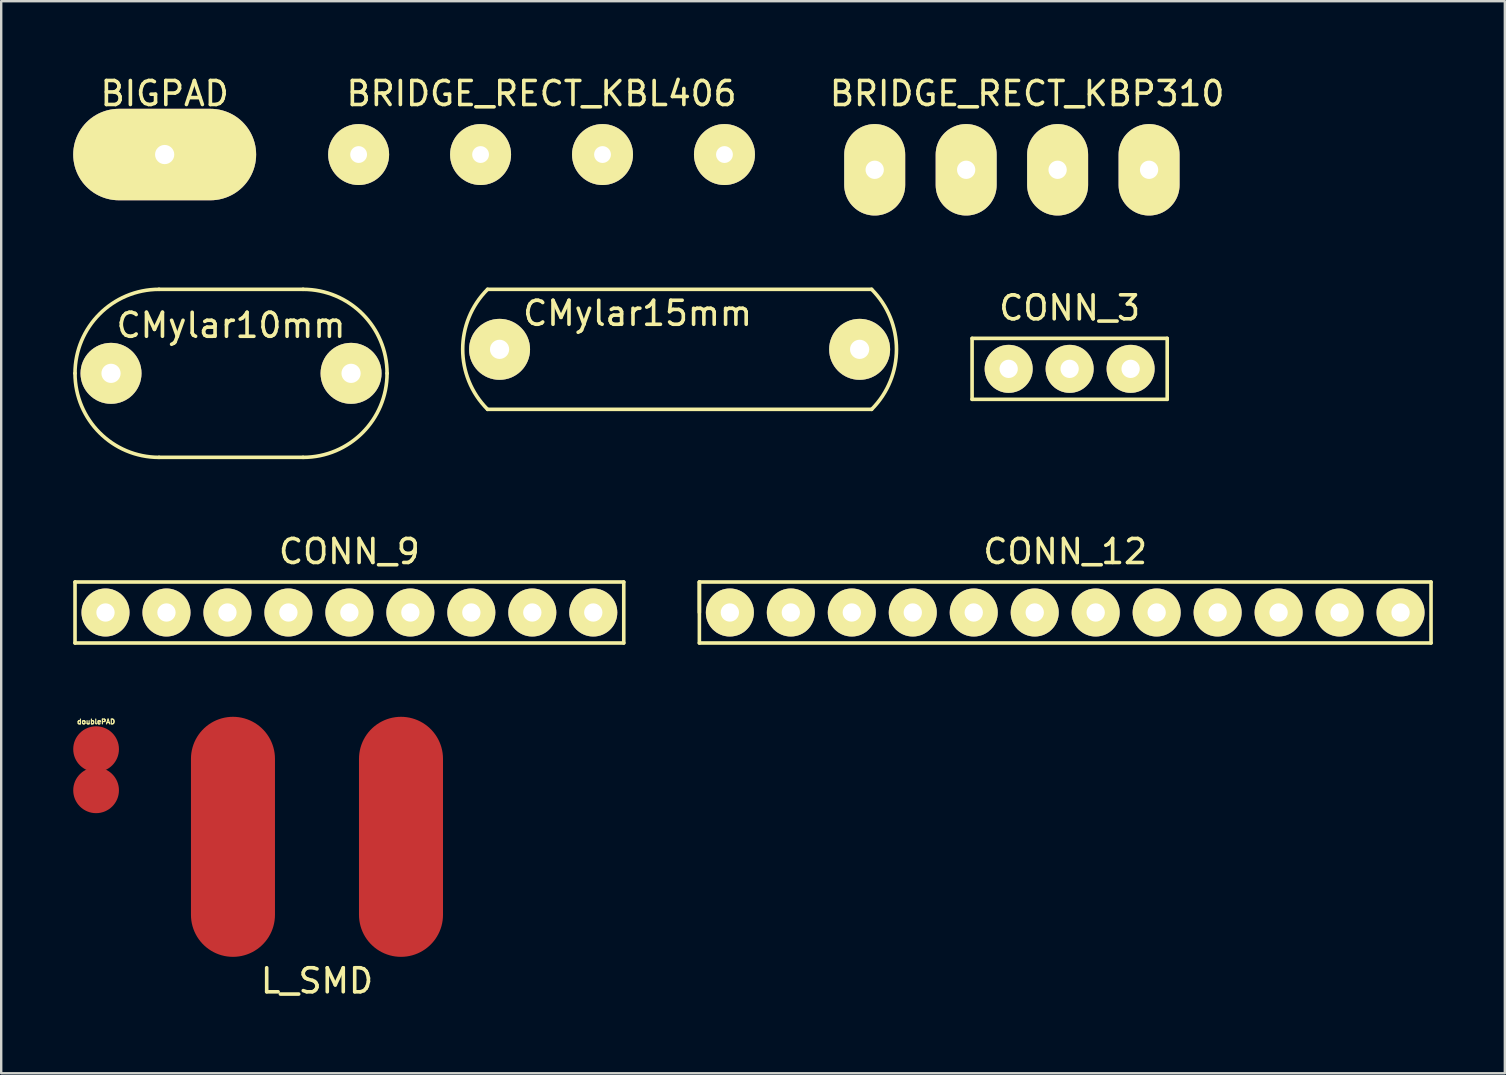
<source format=kicad_pcb>
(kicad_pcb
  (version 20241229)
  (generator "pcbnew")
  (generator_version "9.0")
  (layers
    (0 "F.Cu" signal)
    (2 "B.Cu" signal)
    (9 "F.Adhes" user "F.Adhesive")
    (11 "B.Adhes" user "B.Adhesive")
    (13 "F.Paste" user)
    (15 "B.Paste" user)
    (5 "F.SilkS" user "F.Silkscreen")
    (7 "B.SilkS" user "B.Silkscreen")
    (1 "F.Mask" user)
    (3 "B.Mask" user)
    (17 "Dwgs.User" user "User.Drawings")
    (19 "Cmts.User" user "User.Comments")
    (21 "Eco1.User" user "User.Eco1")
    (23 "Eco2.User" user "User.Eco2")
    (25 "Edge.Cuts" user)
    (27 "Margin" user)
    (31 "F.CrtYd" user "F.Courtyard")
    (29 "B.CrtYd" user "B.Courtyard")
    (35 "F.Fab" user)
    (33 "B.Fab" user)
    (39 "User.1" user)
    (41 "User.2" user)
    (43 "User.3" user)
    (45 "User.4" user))
  (footprint "CONN_12"
    (layer "F.Cu")
    (at 41.325 22.466)
    (property "Reference" "CONN_12" (at 0 -2.54 0) (layer "F.SilkS") (effects (font (size 1 1) (thickness 0.15))))
    (attr through_hole)
    (fp_line (start -15.24 -1.27) (end -15.24 0) (stroke (width 0.15) (type solid)) (layer "F.SilkS"))
    (fp_line (start -15.24 -1.27) (end 15.24 -1.27) (stroke (width 0.15) (type solid)) (layer "F.SilkS"))
    (fp_line (start -15.24 1.27) (end -15.24 -1.27) (stroke (width 0.15) (type solid)) (layer "F.SilkS"))
    (fp_line (start 15.24 -1.27) (end 15.24 1.27) (stroke (width 0.15) (type solid)) (layer "F.SilkS"))
    (fp_line (start 15.24 1.27) (end -15.24 1.27) (stroke (width 0.15) (type solid)) (layer "F.SilkS"))
    (pad "1" thru_hole circle (at -13.97 0) (size 2 2) (drill 0.762) (layers "*.Cu" "*.Mask" "F.SilkS"))
    (pad "2" thru_hole circle (at -11.43 0) (size 2 2) (drill 0.762) (layers "*.Cu" "*.Mask" "F.SilkS"))
    (pad "3" thru_hole circle (at -8.89 0) (size 2 2) (drill 0.762) (layers "*.Cu" "*.Mask" "F.SilkS"))
    (pad "4" thru_hole circle (at -6.35 0) (size 2 2) (drill 0.762) (layers "*.Cu" "*.Mask" "F.SilkS"))
    (pad "5" thru_hole circle (at -3.81 0) (size 2 2) (drill 0.762) (layers "*.Cu" "*.Mask" "F.SilkS"))
    (pad "6" thru_hole circle (at -1.27 0) (size 2 2) (drill 0.762) (layers "*.Cu" "*.Mask" "F.SilkS"))
    (pad "7" thru_hole circle (at 1.27 0) (size 2 2) (drill 0.762) (layers "*.Cu" "*.Mask" "F.SilkS"))
    (pad "8" thru_hole circle (at 3.81 0) (size 2 2) (drill 0.762) (layers "*.Cu" "*.Mask" "F.SilkS"))
    (pad "9" thru_hole circle (at 6.35 0) (size 2 2) (drill 0.762) (layers "*.Cu" "*.Mask" "F.SilkS"))
    (pad "10" thru_hole circle (at 8.89 0) (size 2 2) (drill 0.762) (layers "*.Cu" "*.Mask" "F.SilkS"))
    (pad "11" thru_hole circle (at 11.43 0) (size 2 2) (drill 0.762) (layers "*.Cu" "*.Mask" "F.SilkS"))
    (pad "12" thru_hole circle (at 13.97 0) (size 2 2) (drill 0.762) (layers "*.Cu" "*.Mask" "F.SilkS")))
  (footprint "BIGPAD"
    (layer "F.Cu")
    (at 3.81 3.388)
    (property "Reference" "BIGPAD" (at 0 -2.54 0) (layer "F.SilkS") (effects (font (size 1 1) (thickness 0.15))))
    (attr through_hole)
    (pad "1" thru_hole oval (at 0 0) (size 7.62 3.81) (drill 0.8) (layers "*.Cu" "*.Mask" "F.SilkS")))
  (footprint "CMylar15mm"
    (layer "F.Cu")
    (at 25.261 11.503)
    (property "Reference" "CMylar15mm" (at -1.75 -1.5 0) (layer "F.SilkS") (effects (font (size 1 1) (thickness 0.15))))
    (attr through_hole)
    (fp_line (start -8 -2.5) (end 8 -2.5) (stroke (width 0.15) (type solid)) (layer "F.SilkS"))
    (fp_line (start -8 2.5) (end 8 2.5) (stroke (width 0.15) (type solid)) (layer "F.SilkS"))
    (fp_arc (start -8 2.5) (mid -9.035534 0) (end -8 -2.5) (stroke (width 0.15) (type solid)) (layer "F.SilkS"))
    (fp_arc (start 8 -2.5) (mid 9.035534 0) (end 8 2.5) (stroke (width 0.15) (type solid)) (layer "F.SilkS"))
    (pad "1" thru_hole circle (at -7.5 0) (size 2.54 2.54) (drill 0.8) (layers "*.Cu" "*.Mask" "F.SilkS"))
    (pad "2" thru_hole circle (at 7.5 0) (size 2.54 2.54) (drill 0.8) (layers "*.Cu" "*.Mask" "F.SilkS")))
  (footprint "CONN_9"
    (layer "F.Cu")
    (at 11.505 22.466)
    (property "Reference" "CONN_9" (at 0 -2.54 0) (layer "F.SilkS") (effects (font (size 1 1) (thickness 0.15))))
    (attr through_hole)
    (fp_line (start -11.43 -1.27) (end 11.43 -1.27) (stroke (width 0.15) (type solid)) (layer "F.SilkS"))
    (fp_line (start -11.43 1.27) (end -11.43 -1.27) (stroke (width 0.15) (type solid)) (layer "F.SilkS"))
    (fp_line (start 11.43 -1.27) (end 11.43 1.27) (stroke (width 0.15) (type solid)) (layer "F.SilkS"))
    (fp_line (start 11.43 1.27) (end -11.43 1.27) (stroke (width 0.15) (type solid)) (layer "F.SilkS"))
    (pad "1" thru_hole circle (at -10.16 0) (size 2 2) (drill 0.762) (layers "*.Cu" "*.Mask" "F.SilkS"))
    (pad "2" thru_hole circle (at -7.62 0) (size 2 2) (drill 0.762) (layers "*.Cu" "*.Mask" "F.SilkS"))
    (pad "3" thru_hole circle (at -5.08 0) (size 2 2) (drill 0.762) (layers "*.Cu" "*.Mask" "F.SilkS"))
    (pad "4" thru_hole circle (at -2.54 0) (size 2 2) (drill 0.762) (layers "*.Cu" "*.Mask" "F.SilkS"))
    (pad "5" thru_hole circle (at 0 0) (size 2 2) (drill 0.762) (layers "*.Cu" "*.Mask" "F.SilkS"))
    (pad "6" thru_hole circle (at 2.54 0) (size 2 2) (drill 0.762) (layers "*.Cu" "*.Mask" "F.SilkS"))
    (pad "7" thru_hole circle (at 5.08 0) (size 2 2) (drill 0.762) (layers "*.Cu" "*.Mask" "F.SilkS"))
    (pad "8" thru_hole circle (at 7.62 0) (size 2 2) (drill 0.762) (layers "*.Cu" "*.Mask" "F.SilkS"))
    (pad "9" thru_hole circle (at 10.16 0) (size 2 2) (drill 0.762) (layers "*.Cu" "*.Mask" "F.SilkS")))
  (footprint "CMylar10mm"
    (layer "F.Cu")
    (at 6.575 12.503)
    (property "Reference" "CMylar10mm" (at 0 -2 0) (layer "F.SilkS") (effects (font (size 1 1) (thickness 0.15))))
    (attr through_hole)
    (fp_line (start -3 -3.5) (end 3 -3.5) (stroke (width 0.15) (type solid)) (layer "F.SilkS"))
    (fp_line (start 3 3.5) (end -3 3.5) (stroke (width 0.15) (type solid)) (layer "F.SilkS"))
    (fp_arc (start -6.5 0) (mid -5.474874 -2.474874) (end -3 -3.5) (stroke (width 0.15) (type solid)) (layer "F.SilkS"))
    (fp_arc (start -3 3.5) (mid -5.474874 2.474874) (end -6.5 0) (stroke (width 0.15) (type solid)) (layer "F.SilkS"))
    (fp_arc (start 3 -3.5) (mid 5.474874 -2.474874) (end 6.5 0) (stroke (width 0.15) (type solid)) (layer "F.SilkS"))
    (fp_arc (start 6.5 0) (mid 5.474874 2.474874) (end 3 3.5) (stroke (width 0.15) (type solid)) (layer "F.SilkS"))
    (pad "1" thru_hole circle (at -5 0) (size 2.54 2.54) (drill 0.8) (layers "*.Cu" "*.Mask" "F.SilkS"))
    (pad "2" thru_hole circle (at 5 0) (size 2.54 2.54) (drill 0.8) (layers "*.Cu" "*.Mask" "F.SilkS")))
  (footprint "BRIDGE_RECT_KBL406"
    (layer "F.Cu")
    (at 19.51 3.388)
    (property "Reference" "BRIDGE_RECT_KBL406" (at 0 -2.54 0) (layer "F.SilkS") (effects (font (size 1 1) (thickness 0.15))))
    (attr through_hole)
    (pad "1" thru_hole circle (at -7.62 0) (size 2.54 2.54) (drill 0.7) (layers "*.Cu" "*.Mask" "F.SilkS"))
    (pad "2" thru_hole circle (at -2.54 0) (size 2.54 2.54) (drill 0.7) (layers "*.Cu" "*.Mask" "F.SilkS"))
    (pad "3" thru_hole circle (at 2.54 0) (size 2.54 2.54) (drill 0.7) (layers "*.Cu" "*.Mask" "F.SilkS"))
    (pad "4" thru_hole circle (at 7.62 0) (size 2.54 2.54) (drill 0.7) (layers "*.Cu" "*.Mask" "F.SilkS")))
  (footprint "CONN_3"
    (layer "F.Cu")
    (at 41.51 12.316)
    (property "Reference" "CONN_3" (at 0 -2.54 0) (layer "F.SilkS") (effects (font (size 1 1) (thickness 0.15))))
    (attr through_hole)
    (fp_line (start -4.064 -1.27) (end 4.064 -1.27) (stroke (width 0.15) (type solid)) (layer "F.SilkS"))
    (fp_line (start -4.064 1.27) (end -4.064 -1.27) (stroke (width 0.15) (type solid)) (layer "F.SilkS"))
    (fp_line (start -4.064 1.27) (end 4.064 1.27) (stroke (width 0.15) (type solid)) (layer "F.SilkS"))
    (fp_line (start 4.064 -1.27) (end 4.064 1.27) (stroke (width 0.15) (type solid)) (layer "F.SilkS"))
    (pad "1" thru_hole circle (at -2.54 0) (size 2 2) (drill 0.762) (layers "*.Cu" "*.Mask" "F.SilkS"))
    (pad "2" thru_hole circle (at 0 0) (size 2 2) (drill 0.762) (layers "*.Cu" "*.Mask" "F.SilkS"))
    (pad "3" thru_hole circle (at 2.54 0) (size 2 2) (drill 0.762) (layers "*.Cu" "*.Mask" "F.SilkS")))
  (footprint "L_SMD"
    (layer "F.Cu")
    (at 10.155 31.811)
    (property "Reference" "L_SMD" (at 0 6 0) (layer "F.SilkS") (effects (font (size 1 1) (thickness 0.15))))
    (attr through_hole)
    (pad "1" smd oval (at -3.5 0) (size 3.5 10) (layers "F.Cu" "F.Mask" "F.Paste"))
    (pad "2" smd oval (at 3.5 0) (size 3.5 10) (layers "F.Cu" "F.Mask" "F.Paste")))
  (footprint "doublePAD"
    (layer "F.Cu")
    (at 0.953 28.159)
    (property "Reference" "doublePAD" (at 0 -1.143 0) (layer "F.SilkS") (effects (font (size 0.2 0.2) (thickness 0.05))))
    (attr through_hole)
    (pad "1" smd oval (at 0 0) (size 1.905 1.905) (layers "F.Cu" "F.Mask" "F.Paste"))
    (pad "2" smd oval (at 0 1.714) (size 1.905 1.905) (layers "F.Cu" "F.Mask" "F.Paste")))
  (footprint "BRIDGE_RECT_KBP310"
    (layer "F.Cu")
    (at 39.104 4.023)
    (property "Reference" "BRIDGE_RECT_KBP310" (at 0.635 -3.175 0) (layer "F.SilkS") (effects (font (size 1 1) (thickness 0.15))))
    (attr through_hole)
    (pad "1" thru_hole oval (at -5.715 0) (size 2.54 3.81) (drill 0.762) (layers "*.Cu" "*.Mask" "F.SilkS"))
    (pad "2" thru_hole oval (at -1.905 0) (size 2.54 3.81) (drill 0.762) (layers "*.Cu" "*.Mask" "F.SilkS"))
    (pad "3" thru_hole oval (at 1.905 0) (size 2.54 3.81) (drill 0.762) (layers "*.Cu" "*.Mask" "F.SilkS"))
    (pad "4" thru_hole oval (at 5.715 0) (size 2.54 3.81) (drill 0.762) (layers "*.Cu" "*.Mask" "F.SilkS")))
  (gr_rect
    (start -3 -3)
    (end 59.64 41.66)
    (stroke (width 0.1) (type default))
    (fill no)
    (layer "Edge.Cuts")))
</source>
